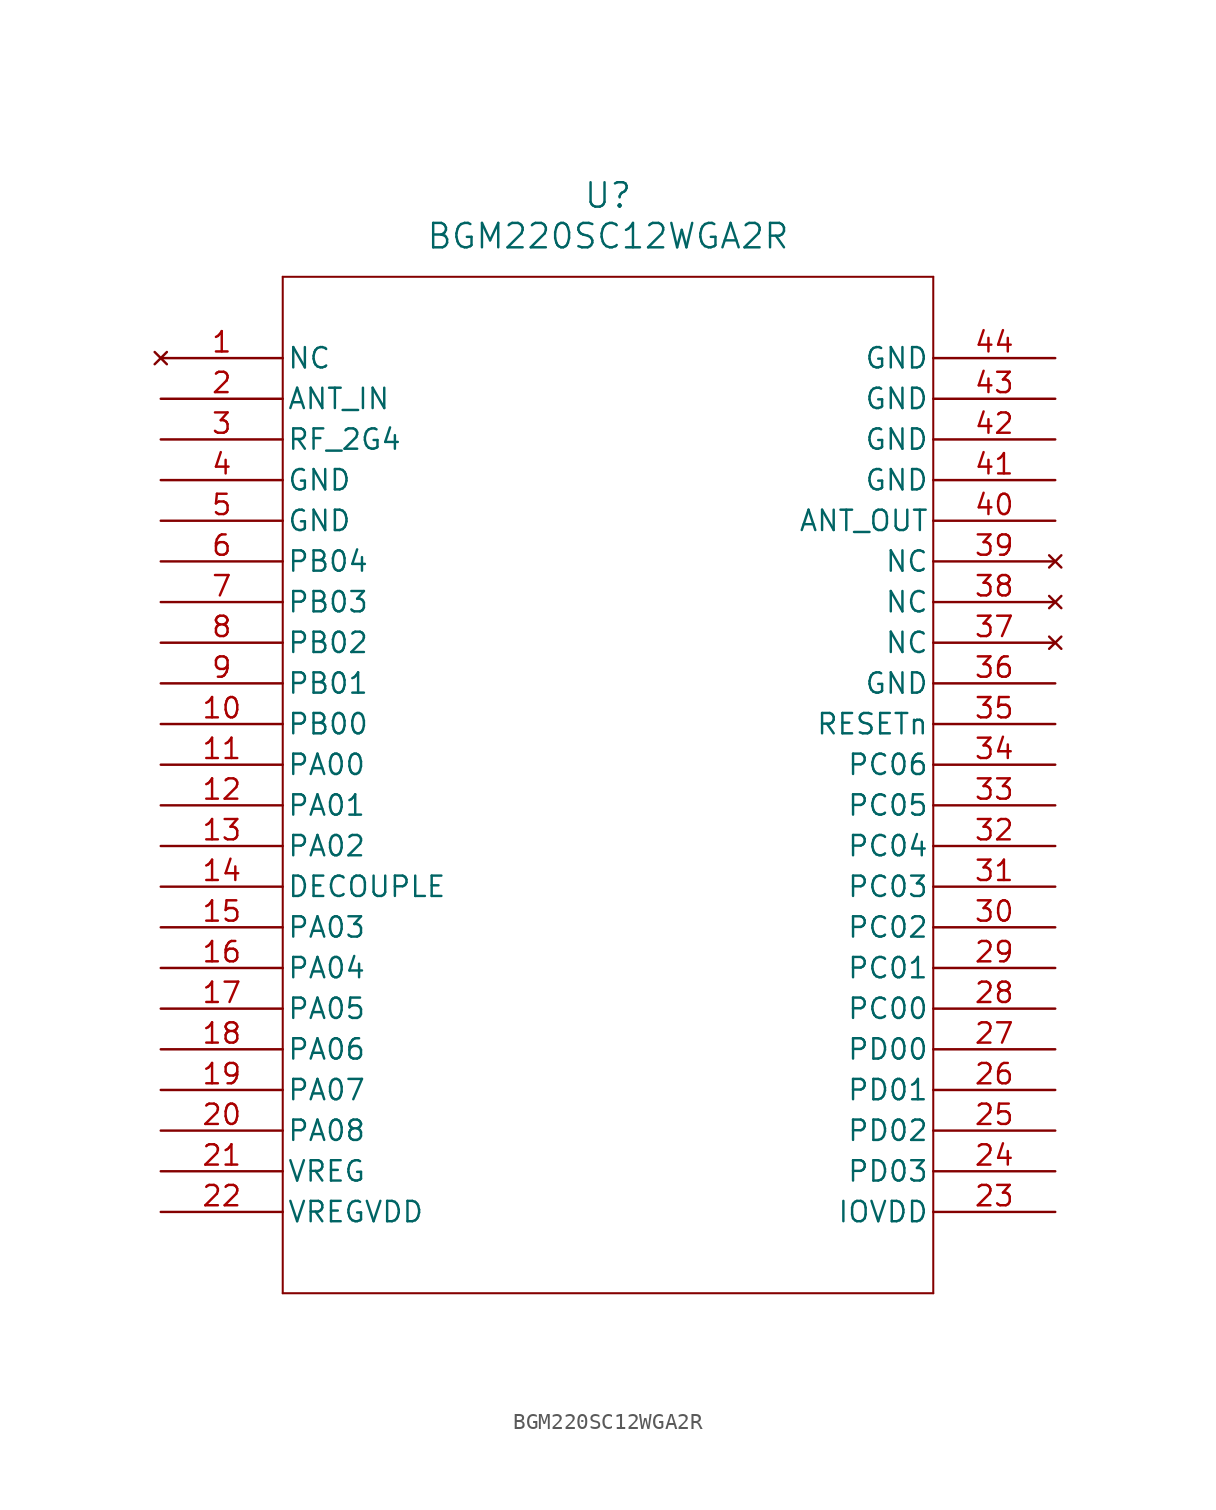
<source format=kicad_sym>
(kicad_symbol_lib
  (version 20211014)
  (generator kicad_symbol_editor)
  (symbol "BGM220SC12WGA2R"
    (pin_names
      (offset 0.254))
    (property "Reference" "U"
      (at 27.94 10.16 0)
      (effects (font (size 1.524 1.524))))
    (property "Value" "BGM220SC12WGA2R"
      (at 27.94 7.62 0)
      (effects (font (size 1.524 1.524))))
    (symbol "BGM220SC12WGA2R_0_1"
      (polyline (pts (xy 7.62 5.08) (xy 7.62 -58.42)) (stroke (width 0.127) (type default) (color 0 0 0 0)) (fill (type none)))
      (polyline (pts (xy 7.62 -58.42) (xy 48.26 -58.42)) (stroke (width 0.127) (type default) (color 0 0 0 0)) (fill (type none)))
      (polyline (pts (xy 48.26 -58.42) (xy 48.26 5.08)) (stroke (width 0.127) (type default) (color 0 0 0 0)) (fill (type none)))
      (polyline (pts (xy 48.26 5.08) (xy 7.62 5.08)) (stroke (width 0.127) (type default) (color 0 0 0 0)) (fill (type none)))
      (pin no_connect line (at 0 0 0) (length 7.62) (name "NC" (effects (font (size 1.27 1.27)))) (number "1" (effects (font (size 1.27 1.27)))))
      (pin input line (at 0 -2.54 0) (length 7.62) (name "ANT_IN" (effects (font (size 1.27 1.27)))) (number "2" (effects (font (size 1.27 1.27)))))
      (pin bidirectional line (at 0 -5.08 0) (length 7.62) (name "RF_2G4" (effects (font (size 1.27 1.27)))) (number "3" (effects (font (size 1.27 1.27)))))
      (pin power_out line (at 0 -7.62 0) (length 7.62) (name "GND" (effects (font (size 1.27 1.27)))) (number "4" (effects (font (size 1.27 1.27)))))
      (pin power_out line (at 0 -10.16 0) (length 7.62) (name "GND" (effects (font (size 1.27 1.27)))) (number "5" (effects (font (size 1.27 1.27)))))
      (pin bidirectional line (at 0 -12.7 0) (length 7.62) (name "PB04" (effects (font (size 1.27 1.27)))) (number "6" (effects (font (size 1.27 1.27)))))
      (pin bidirectional line (at 0 -15.24 0) (length 7.62) (name "PB03" (effects (font (size 1.27 1.27)))) (number "7" (effects (font (size 1.27 1.27)))))
      (pin bidirectional line (at 0 -17.78 0) (length 7.62) (name "PB02" (effects (font (size 1.27 1.27)))) (number "8" (effects (font (size 1.27 1.27)))))
      (pin bidirectional line (at 0 -20.32 0) (length 7.62) (name "PB01" (effects (font (size 1.27 1.27)))) (number "9" (effects (font (size 1.27 1.27)))))
      (pin bidirectional line (at 0 -22.86 0) (length 7.62) (name "PB00" (effects (font (size 1.27 1.27)))) (number "10" (effects (font (size 1.27 1.27)))))
      (pin bidirectional line (at 0 -25.4 0) (length 7.62) (name "PA00" (effects (font (size 1.27 1.27)))) (number "11" (effects (font (size 1.27 1.27)))))
      (pin bidirectional line (at 0 -27.94 0) (length 7.62) (name "PA01" (effects (font (size 1.27 1.27)))) (number "12" (effects (font (size 1.27 1.27)))))
      (pin bidirectional line (at 0 -30.48 0) (length 7.62) (name "PA02" (effects (font (size 1.27 1.27)))) (number "13" (effects (font (size 1.27 1.27)))))
      (pin output line (at 0 -33.02 0) (length 7.62) (name "DECOUPLE" (effects (font (size 1.27 1.27)))) (number "14" (effects (font (size 1.27 1.27)))))
      (pin bidirectional line (at 0 -35.56 0) (length 7.62) (name "PA03" (effects (font (size 1.27 1.27)))) (number "15" (effects (font (size 1.27 1.27)))))
      (pin bidirectional line (at 0 -38.1 0) (length 7.62) (name "PA04" (effects (font (size 1.27 1.27)))) (number "16" (effects (font (size 1.27 1.27)))))
      (pin bidirectional line (at 0 -40.64 0) (length 7.62) (name "PA05" (effects (font (size 1.27 1.27)))) (number "17" (effects (font (size 1.27 1.27)))))
      (pin bidirectional line (at 0 -43.18 0) (length 7.62) (name "PA06" (effects (font (size 1.27 1.27)))) (number "18" (effects (font (size 1.27 1.27)))))
      (pin bidirectional line (at 0 -45.72 0) (length 7.62) (name "PA07" (effects (font (size 1.27 1.27)))) (number "19" (effects (font (size 1.27 1.27)))))
      (pin bidirectional line (at 0 -48.26 0) (length 7.62) (name "PA08" (effects (font (size 1.27 1.27)))) (number "20" (effects (font (size 1.27 1.27)))))
      (pin power_in line (at 0 -50.8 0) (length 7.62) (name "VREG" (effects (font (size 1.27 1.27)))) (number "21" (effects (font (size 1.27 1.27)))))
      (pin power_in line (at 0 -53.34 0) (length 7.62) (name "VREGVDD" (effects (font (size 1.27 1.27)))) (number "22" (effects (font (size 1.27 1.27)))))
      (pin power_in line (at 55.88 -53.34 180) (length 7.62) (name "IOVDD" (effects (font (size 1.27 1.27)))) (number "23" (effects (font (size 1.27 1.27)))))
      (pin bidirectional line (at 55.88 -50.8 180) (length 7.62) (name "PD03" (effects (font (size 1.27 1.27)))) (number "24" (effects (font (size 1.27 1.27)))))
      (pin bidirectional line (at 55.88 -48.26 180) (length 7.62) (name "PD02" (effects (font (size 1.27 1.27)))) (number "25" (effects (font (size 1.27 1.27)))))
      (pin bidirectional line (at 55.88 -45.72 180) (length 7.62) (name "PD01" (effects (font (size 1.27 1.27)))) (number "26" (effects (font (size 1.27 1.27)))))
      (pin bidirectional line (at 55.88 -43.18 180) (length 7.62) (name "PD00" (effects (font (size 1.27 1.27)))) (number "27" (effects (font (size 1.27 1.27)))))
      (pin bidirectional line (at 55.88 -40.64 180) (length 7.62) (name "PC00" (effects (font (size 1.27 1.27)))) (number "28" (effects (font (size 1.27 1.27)))))
      (pin bidirectional line (at 55.88 -38.1 180) (length 7.62) (name "PC01" (effects (font (size 1.27 1.27)))) (number "29" (effects (font (size 1.27 1.27)))))
      (pin bidirectional line (at 55.88 -35.56 180) (length 7.62) (name "PC02" (effects (font (size 1.27 1.27)))) (number "30" (effects (font (size 1.27 1.27)))))
      (pin bidirectional line (at 55.88 -33.02 180) (length 7.62) (name "PC03" (effects (font (size 1.27 1.27)))) (number "31" (effects (font (size 1.27 1.27)))))
      (pin bidirectional line (at 55.88 -30.48 180) (length 7.62) (name "PC04" (effects (font (size 1.27 1.27)))) (number "32" (effects (font (size 1.27 1.27)))))
      (pin bidirectional line (at 55.88 -27.94 180) (length 7.62) (name "PC05" (effects (font (size 1.27 1.27)))) (number "33" (effects (font (size 1.27 1.27)))))
      (pin bidirectional line (at 55.88 -25.4 180) (length 7.62) (name "PC06" (effects (font (size 1.27 1.27)))) (number "34" (effects (font (size 1.27 1.27)))))
      (pin input line (at 55.88 -22.86 180) (length 7.62) (name "RESETn" (effects (font (size 1.27 1.27)))) (number "35" (effects (font (size 1.27 1.27)))))
      (pin power_out line (at 55.88 -20.32 180) (length 7.62) (name "GND" (effects (font (size 1.27 1.27)))) (number "36" (effects (font (size 1.27 1.27)))))
      (pin no_connect line (at 55.88 -17.78 180) (length 7.62) (name "NC" (effects (font (size 1.27 1.27)))) (number "37" (effects (font (size 1.27 1.27)))))
      (pin no_connect line (at 55.88 -15.24 180) (length 7.62) (name "NC" (effects (font (size 1.27 1.27)))) (number "38" (effects (font (size 1.27 1.27)))))
      (pin no_connect line (at 55.88 -12.7 180) (length 7.62) (name "NC" (effects (font (size 1.27 1.27)))) (number "39" (effects (font (size 1.27 1.27)))))
      (pin output line (at 55.88 -10.16 180) (length 7.62) (name "ANT_OUT" (effects (font (size 1.27 1.27)))) (number "40" (effects (font (size 1.27 1.27)))))
      (pin power_out line (at 55.88 -7.62 180) (length 7.62) (name "GND" (effects (font (size 1.27 1.27)))) (number "41" (effects (font (size 1.27 1.27)))))
      (pin power_out line (at 55.88 -5.08 180) (length 7.62) (name "GND" (effects (font (size 1.27 1.27)))) (number "42" (effects (font (size 1.27 1.27)))))
      (pin power_out line (at 55.88 -2.54 180) (length 7.62) (name "GND" (effects (font (size 1.27 1.27)))) (number "43" (effects (font (size 1.27 1.27)))))
      (pin power_out line (at 55.88 0 180) (length 7.62) (name "GND" (effects (font (size 1.27 1.27)))) (number "44" (effects (font (size 1.27 1.27))))))))
</source>
